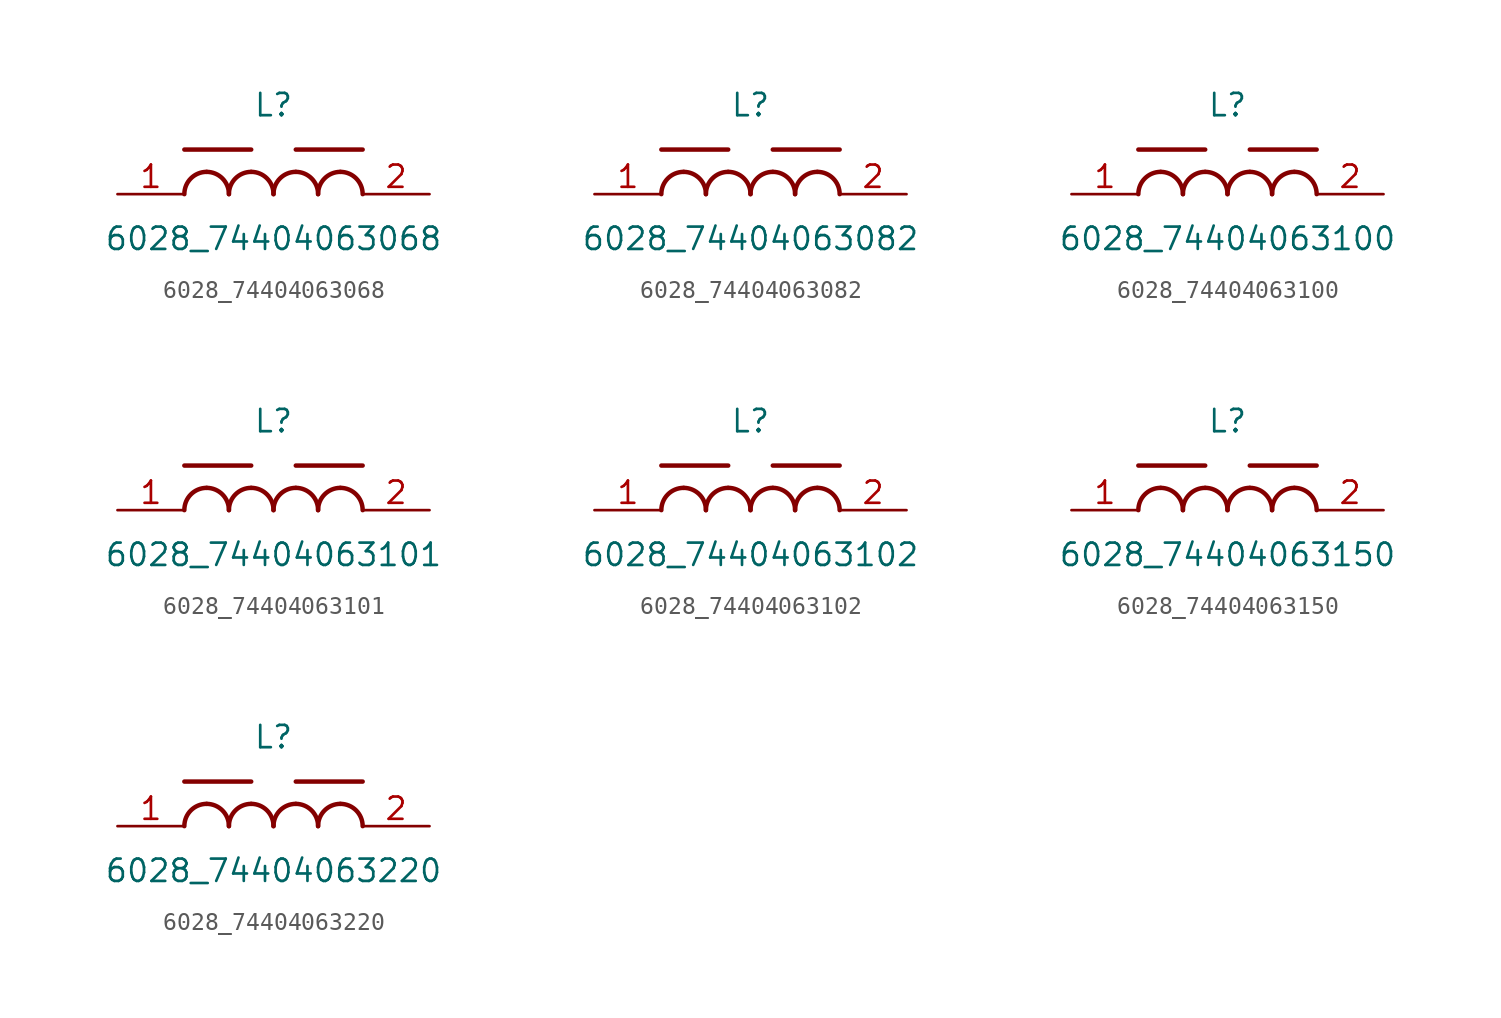
<source format=kicad_sym>
(kicad_symbol_lib
  (version 20211014)
  (generator kicad_symbol_editor)
  (symbol "Inductor_Wurth_WE-LQS:6028_74404063068"
    (pin_names hide)
    (property "Reference" "L"
      (at 0 5.08 0)
      (effects (font (size 1.27 1.27))))
    (property "Value" "6028_74404063068"
      (at 0 -2.54 0)
      (effects (font (size 1.27 1.27))))
    (symbol "6028_74404063068_0_1"
      (arc (start -3.81 1.27) (mid -4.708 0.898) (end -5.08 0) (stroke (width 0.254) (type default) (color 0 0 0 0)) (fill (type none)))
      (arc (start -2.54 0) (mid -2.912 0.898) (end -3.81 1.27) (stroke (width 0.254) (type default) (color 0 0 0 0)) (fill (type none)))
      (arc (start -1.2699 1.2701) (mid -2.1679 0.8981) (end -2.5399 0.0001) (stroke (width 0.254) (type default) (color 0 0 0 0)) (fill (type none)))
      (polyline (pts (xy -5.08 2.54) (xy -1.27 2.54)) (stroke (width 0.254) (type default) (color 0 0 0 0)) (fill (type none)))
      (polyline (pts (xy 5.08 2.54) (xy 1.27 2.54)) (stroke (width 0.254) (type default) (color 0 0 0 0)) (fill (type none)))
      (arc (start 0.0001 0.0001) (mid -0.3719 0.8981) (end -1.2699 1.2701) (stroke (width 0.254) (type default) (color 0 0 0 0)) (fill (type none)))
      (arc (start 1.2701 1.2701) (mid 0.3721 0.8981) (end 0.0001 0.0001) (stroke (width 0.254) (type default) (color 0 0 0 0)) (fill (type none)))
      (arc (start 2.5401 0.0001) (mid 2.1681 0.8981) (end 1.2701 1.2701) (stroke (width 0.254) (type default) (color 0 0 0 0)) (fill (type none)))
      (arc (start 3.8101 1.2701) (mid 2.9121 0.8981) (end 2.5401 0.0001) (stroke (width 0.254) (type default) (color 0 0 0 0)) (fill (type none)))
      (arc (start 5.0801 0.0001) (mid 4.7081 0.8981) (end 3.8101 1.2701) (stroke (width 0.254) (type default) (color 0 0 0 0)) (fill (type none))))
    (symbol "6028_74404063068_1_1"
      (pin passive line (at -8.89 0 0) (length 3.81) (name "1" (effects (font (size 1.27 1.27)))) (number "1" (effects (font (size 1.27 1.27)))))
      (pin passive line (at 8.89 0 180) (length 3.81) (name "2" (effects (font (size 1.27 1.27)))) (number "2" (effects (font (size 1.27 1.27)))))))
  (symbol "Inductor_Wurth_WE-LQS:6028_74404063082"
    (pin_names hide)
    (property "Reference" "L"
      (at 0 5.08 0)
      (effects (font (size 1.27 1.27))))
    (property "Value" "6028_74404063082"
      (at 0 -2.54 0)
      (effects (font (size 1.27 1.27))))
    (symbol "6028_74404063082_0_1"
      (arc (start -3.81 1.27) (mid -4.708 0.898) (end -5.08 0) (stroke (width 0.254) (type default) (color 0 0 0 0)) (fill (type none)))
      (arc (start -2.54 0) (mid -2.912 0.898) (end -3.81 1.27) (stroke (width 0.254) (type default) (color 0 0 0 0)) (fill (type none)))
      (arc (start -1.2699 1.2701) (mid -2.1679 0.8981) (end -2.5399 0.0001) (stroke (width 0.254) (type default) (color 0 0 0 0)) (fill (type none)))
      (polyline (pts (xy -5.08 2.54) (xy -1.27 2.54)) (stroke (width 0.254) (type default) (color 0 0 0 0)) (fill (type none)))
      (polyline (pts (xy 5.08 2.54) (xy 1.27 2.54)) (stroke (width 0.254) (type default) (color 0 0 0 0)) (fill (type none)))
      (arc (start 0.0001 0.0001) (mid -0.3719 0.8981) (end -1.2699 1.2701) (stroke (width 0.254) (type default) (color 0 0 0 0)) (fill (type none)))
      (arc (start 1.2701 1.2701) (mid 0.3721 0.8981) (end 0.0001 0.0001) (stroke (width 0.254) (type default) (color 0 0 0 0)) (fill (type none)))
      (arc (start 2.5401 0.0001) (mid 2.1681 0.8981) (end 1.2701 1.2701) (stroke (width 0.254) (type default) (color 0 0 0 0)) (fill (type none)))
      (arc (start 3.8101 1.2701) (mid 2.9121 0.8981) (end 2.5401 0.0001) (stroke (width 0.254) (type default) (color 0 0 0 0)) (fill (type none)))
      (arc (start 5.0801 0.0001) (mid 4.7081 0.8981) (end 3.8101 1.2701) (stroke (width 0.254) (type default) (color 0 0 0 0)) (fill (type none))))
    (symbol "6028_74404063082_1_1"
      (pin passive line (at -8.89 0 0) (length 3.81) (name "1" (effects (font (size 1.27 1.27)))) (number "1" (effects (font (size 1.27 1.27)))))
      (pin passive line (at 8.89 0 180) (length 3.81) (name "2" (effects (font (size 1.27 1.27)))) (number "2" (effects (font (size 1.27 1.27)))))))
  (symbol "Inductor_Wurth_WE-LQS:6028_74404063100"
    (pin_names hide)
    (property "Reference" "L"
      (at 0 5.08 0)
      (effects (font (size 1.27 1.27))))
    (property "Value" "6028_74404063100"
      (at 0 -2.54 0)
      (effects (font (size 1.27 1.27))))
    (symbol "6028_74404063100_0_1"
      (arc (start -3.81 1.27) (mid -4.708 0.898) (end -5.08 0) (stroke (width 0.254) (type default) (color 0 0 0 0)) (fill (type none)))
      (arc (start -2.54 0) (mid -2.912 0.898) (end -3.81 1.27) (stroke (width 0.254) (type default) (color 0 0 0 0)) (fill (type none)))
      (arc (start -1.2699 1.2701) (mid -2.1679 0.8981) (end -2.5399 0.0001) (stroke (width 0.254) (type default) (color 0 0 0 0)) (fill (type none)))
      (polyline (pts (xy -5.08 2.54) (xy -1.27 2.54)) (stroke (width 0.254) (type default) (color 0 0 0 0)) (fill (type none)))
      (polyline (pts (xy 5.08 2.54) (xy 1.27 2.54)) (stroke (width 0.254) (type default) (color 0 0 0 0)) (fill (type none)))
      (arc (start 0.0001 0.0001) (mid -0.3719 0.8981) (end -1.2699 1.2701) (stroke (width 0.254) (type default) (color 0 0 0 0)) (fill (type none)))
      (arc (start 1.2701 1.2701) (mid 0.3721 0.8981) (end 0.0001 0.0001) (stroke (width 0.254) (type default) (color 0 0 0 0)) (fill (type none)))
      (arc (start 2.5401 0.0001) (mid 2.1681 0.8981) (end 1.2701 1.2701) (stroke (width 0.254) (type default) (color 0 0 0 0)) (fill (type none)))
      (arc (start 3.8101 1.2701) (mid 2.9121 0.8981) (end 2.5401 0.0001) (stroke (width 0.254) (type default) (color 0 0 0 0)) (fill (type none)))
      (arc (start 5.0801 0.0001) (mid 4.7081 0.8981) (end 3.8101 1.2701) (stroke (width 0.254) (type default) (color 0 0 0 0)) (fill (type none))))
    (symbol "6028_74404063100_1_1"
      (pin passive line (at -8.89 0 0) (length 3.81) (name "1" (effects (font (size 1.27 1.27)))) (number "1" (effects (font (size 1.27 1.27)))))
      (pin passive line (at 8.89 0 180) (length 3.81) (name "2" (effects (font (size 1.27 1.27)))) (number "2" (effects (font (size 1.27 1.27)))))))
  (symbol "Inductor_Wurth_WE-LQS:6028_74404063101"
    (pin_names hide)
    (property "Reference" "L"
      (at 0 5.08 0)
      (effects (font (size 1.27 1.27))))
    (property "Value" "6028_74404063101"
      (at 0 -2.54 0)
      (effects (font (size 1.27 1.27))))
    (symbol "6028_74404063101_0_1"
      (arc (start -3.81 1.27) (mid -4.708 0.898) (end -5.08 0) (stroke (width 0.254) (type default) (color 0 0 0 0)) (fill (type none)))
      (arc (start -2.54 0) (mid -2.912 0.898) (end -3.81 1.27) (stroke (width 0.254) (type default) (color 0 0 0 0)) (fill (type none)))
      (arc (start -1.2699 1.2701) (mid -2.1679 0.8981) (end -2.5399 0.0001) (stroke (width 0.254) (type default) (color 0 0 0 0)) (fill (type none)))
      (polyline (pts (xy -5.08 2.54) (xy -1.27 2.54)) (stroke (width 0.254) (type default) (color 0 0 0 0)) (fill (type none)))
      (polyline (pts (xy 5.08 2.54) (xy 1.27 2.54)) (stroke (width 0.254) (type default) (color 0 0 0 0)) (fill (type none)))
      (arc (start 0.0001 0.0001) (mid -0.3719 0.8981) (end -1.2699 1.2701) (stroke (width 0.254) (type default) (color 0 0 0 0)) (fill (type none)))
      (arc (start 1.2701 1.2701) (mid 0.3721 0.8981) (end 0.0001 0.0001) (stroke (width 0.254) (type default) (color 0 0 0 0)) (fill (type none)))
      (arc (start 2.5401 0.0001) (mid 2.1681 0.8981) (end 1.2701 1.2701) (stroke (width 0.254) (type default) (color 0 0 0 0)) (fill (type none)))
      (arc (start 3.8101 1.2701) (mid 2.9121 0.8981) (end 2.5401 0.0001) (stroke (width 0.254) (type default) (color 0 0 0 0)) (fill (type none)))
      (arc (start 5.0801 0.0001) (mid 4.7081 0.8981) (end 3.8101 1.2701) (stroke (width 0.254) (type default) (color 0 0 0 0)) (fill (type none))))
    (symbol "6028_74404063101_1_1"
      (pin passive line (at -8.89 0 0) (length 3.81) (name "1" (effects (font (size 1.27 1.27)))) (number "1" (effects (font (size 1.27 1.27)))))
      (pin passive line (at 8.89 0 180) (length 3.81) (name "2" (effects (font (size 1.27 1.27)))) (number "2" (effects (font (size 1.27 1.27)))))))
  (symbol "Inductor_Wurth_WE-LQS:6028_74404063102"
    (pin_names hide)
    (property "Reference" "L"
      (at 0 5.08 0)
      (effects (font (size 1.27 1.27))))
    (property "Value" "6028_74404063102"
      (at 0 -2.54 0)
      (effects (font (size 1.27 1.27))))
    (symbol "6028_74404063102_0_1"
      (arc (start -3.81 1.27) (mid -4.708 0.898) (end -5.08 0) (stroke (width 0.254) (type default) (color 0 0 0 0)) (fill (type none)))
      (arc (start -2.54 0) (mid -2.912 0.898) (end -3.81 1.27) (stroke (width 0.254) (type default) (color 0 0 0 0)) (fill (type none)))
      (arc (start -1.2699 1.2701) (mid -2.1679 0.8981) (end -2.5399 0.0001) (stroke (width 0.254) (type default) (color 0 0 0 0)) (fill (type none)))
      (polyline (pts (xy -5.08 2.54) (xy -1.27 2.54)) (stroke (width 0.254) (type default) (color 0 0 0 0)) (fill (type none)))
      (polyline (pts (xy 5.08 2.54) (xy 1.27 2.54)) (stroke (width 0.254) (type default) (color 0 0 0 0)) (fill (type none)))
      (arc (start 0.0001 0.0001) (mid -0.3719 0.8981) (end -1.2699 1.2701) (stroke (width 0.254) (type default) (color 0 0 0 0)) (fill (type none)))
      (arc (start 1.2701 1.2701) (mid 0.3721 0.8981) (end 0.0001 0.0001) (stroke (width 0.254) (type default) (color 0 0 0 0)) (fill (type none)))
      (arc (start 2.5401 0.0001) (mid 2.1681 0.8981) (end 1.2701 1.2701) (stroke (width 0.254) (type default) (color 0 0 0 0)) (fill (type none)))
      (arc (start 3.8101 1.2701) (mid 2.9121 0.8981) (end 2.5401 0.0001) (stroke (width 0.254) (type default) (color 0 0 0 0)) (fill (type none)))
      (arc (start 5.0801 0.0001) (mid 4.7081 0.8981) (end 3.8101 1.2701) (stroke (width 0.254) (type default) (color 0 0 0 0)) (fill (type none))))
    (symbol "6028_74404063102_1_1"
      (pin passive line (at -8.89 0 0) (length 3.81) (name "1" (effects (font (size 1.27 1.27)))) (number "1" (effects (font (size 1.27 1.27)))))
      (pin passive line (at 8.89 0 180) (length 3.81) (name "2" (effects (font (size 1.27 1.27)))) (number "2" (effects (font (size 1.27 1.27)))))))
  (symbol "Inductor_Wurth_WE-LQS:6028_74404063150"
    (pin_names hide)
    (property "Reference" "L"
      (at 0 5.08 0)
      (effects (font (size 1.27 1.27))))
    (property "Value" "6028_74404063150"
      (at 0 -2.54 0)
      (effects (font (size 1.27 1.27))))
    (symbol "6028_74404063150_0_1"
      (arc (start -3.81 1.27) (mid -4.708 0.898) (end -5.08 0) (stroke (width 0.254) (type default) (color 0 0 0 0)) (fill (type none)))
      (arc (start -2.54 0) (mid -2.912 0.898) (end -3.81 1.27) (stroke (width 0.254) (type default) (color 0 0 0 0)) (fill (type none)))
      (arc (start -1.2699 1.2701) (mid -2.1679 0.8981) (end -2.5399 0.0001) (stroke (width 0.254) (type default) (color 0 0 0 0)) (fill (type none)))
      (polyline (pts (xy -5.08 2.54) (xy -1.27 2.54)) (stroke (width 0.254) (type default) (color 0 0 0 0)) (fill (type none)))
      (polyline (pts (xy 5.08 2.54) (xy 1.27 2.54)) (stroke (width 0.254) (type default) (color 0 0 0 0)) (fill (type none)))
      (arc (start 0.0001 0.0001) (mid -0.3719 0.8981) (end -1.2699 1.2701) (stroke (width 0.254) (type default) (color 0 0 0 0)) (fill (type none)))
      (arc (start 1.2701 1.2701) (mid 0.3721 0.8981) (end 0.0001 0.0001) (stroke (width 0.254) (type default) (color 0 0 0 0)) (fill (type none)))
      (arc (start 2.5401 0.0001) (mid 2.1681 0.8981) (end 1.2701 1.2701) (stroke (width 0.254) (type default) (color 0 0 0 0)) (fill (type none)))
      (arc (start 3.8101 1.2701) (mid 2.9121 0.8981) (end 2.5401 0.0001) (stroke (width 0.254) (type default) (color 0 0 0 0)) (fill (type none)))
      (arc (start 5.0801 0.0001) (mid 4.7081 0.8981) (end 3.8101 1.2701) (stroke (width 0.254) (type default) (color 0 0 0 0)) (fill (type none))))
    (symbol "6028_74404063150_1_1"
      (pin passive line (at -8.89 0 0) (length 3.81) (name "1" (effects (font (size 1.27 1.27)))) (number "1" (effects (font (size 1.27 1.27)))))
      (pin passive line (at 8.89 0 180) (length 3.81) (name "2" (effects (font (size 1.27 1.27)))) (number "2" (effects (font (size 1.27 1.27)))))))
  (symbol "Inductor_Wurth_WE-LQS:6028_74404063220"
    (pin_names hide)
    (property "Reference" "L"
      (at 0 5.08 0)
      (effects (font (size 1.27 1.27))))
    (property "Value" "6028_74404063220"
      (at 0 -2.54 0)
      (effects (font (size 1.27 1.27))))
    (symbol "6028_74404063220_0_1"
      (arc (start -3.81 1.27) (mid -4.708 0.898) (end -5.08 0) (stroke (width 0.254) (type default) (color 0 0 0 0)) (fill (type none)))
      (arc (start -2.54 0) (mid -2.912 0.898) (end -3.81 1.27) (stroke (width 0.254) (type default) (color 0 0 0 0)) (fill (type none)))
      (arc (start -1.2699 1.2701) (mid -2.1679 0.8981) (end -2.5399 0.0001) (stroke (width 0.254) (type default) (color 0 0 0 0)) (fill (type none)))
      (polyline (pts (xy -5.08 2.54) (xy -1.27 2.54)) (stroke (width 0.254) (type default) (color 0 0 0 0)) (fill (type none)))
      (polyline (pts (xy 5.08 2.54) (xy 1.27 2.54)) (stroke (width 0.254) (type default) (color 0 0 0 0)) (fill (type none)))
      (arc (start 0.0001 0.0001) (mid -0.3719 0.8981) (end -1.2699 1.2701) (stroke (width 0.254) (type default) (color 0 0 0 0)) (fill (type none)))
      (arc (start 1.2701 1.2701) (mid 0.3721 0.8981) (end 0.0001 0.0001) (stroke (width 0.254) (type default) (color 0 0 0 0)) (fill (type none)))
      (arc (start 2.5401 0.0001) (mid 2.1681 0.8981) (end 1.2701 1.2701) (stroke (width 0.254) (type default) (color 0 0 0 0)) (fill (type none)))
      (arc (start 3.8101 1.2701) (mid 2.9121 0.8981) (end 2.5401 0.0001) (stroke (width 0.254) (type default) (color 0 0 0 0)) (fill (type none)))
      (arc (start 5.0801 0.0001) (mid 4.7081 0.8981) (end 3.8101 1.2701) (stroke (width 0.254) (type default) (color 0 0 0 0)) (fill (type none))))
    (symbol "6028_74404063220_1_1"
      (pin passive line (at -8.89 0 0) (length 3.81) (name "1" (effects (font (size 1.27 1.27)))) (number "1" (effects (font (size 1.27 1.27)))))
      (pin passive line (at 8.89 0 180) (length 3.81) (name "2" (effects (font (size 1.27 1.27)))) (number "2" (effects (font (size 1.27 1.27))))))))
</source>
